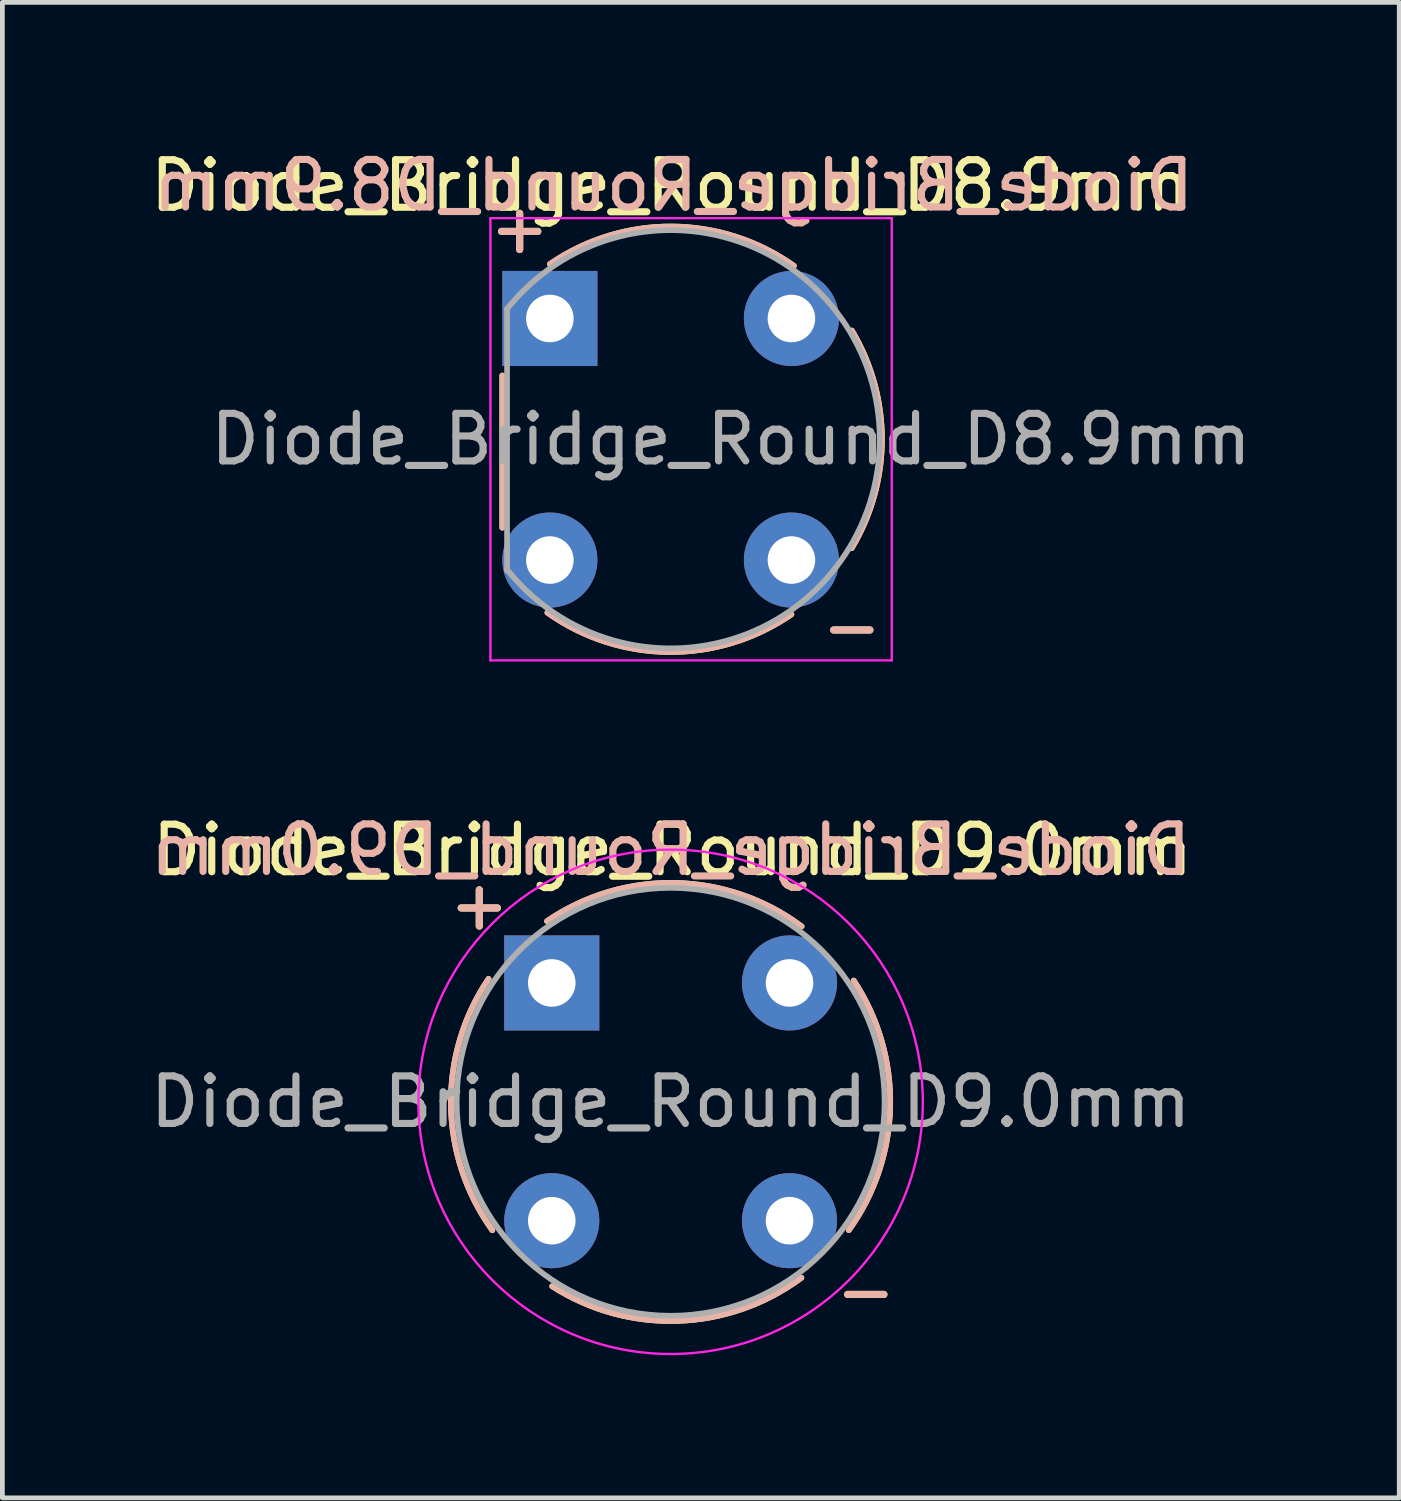
<source format=kicad_pcb>
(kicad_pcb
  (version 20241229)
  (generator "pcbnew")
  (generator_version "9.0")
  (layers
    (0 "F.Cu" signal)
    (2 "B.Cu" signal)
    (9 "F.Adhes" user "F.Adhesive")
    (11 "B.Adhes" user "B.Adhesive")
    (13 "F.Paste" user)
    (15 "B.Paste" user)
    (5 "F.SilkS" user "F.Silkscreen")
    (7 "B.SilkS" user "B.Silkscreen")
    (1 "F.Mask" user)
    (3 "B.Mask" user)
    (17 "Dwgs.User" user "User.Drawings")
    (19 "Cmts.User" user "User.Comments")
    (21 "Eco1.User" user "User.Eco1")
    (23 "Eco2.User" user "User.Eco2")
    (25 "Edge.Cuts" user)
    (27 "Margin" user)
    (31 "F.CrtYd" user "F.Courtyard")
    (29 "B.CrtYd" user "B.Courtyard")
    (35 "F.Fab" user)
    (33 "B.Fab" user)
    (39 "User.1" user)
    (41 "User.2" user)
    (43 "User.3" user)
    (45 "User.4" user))
  (footprint "Diode_Bridge_Round_D8.9mm"
    (layer "F.Cu")
    (at 8.514 3.648)
    (property "Reference" "Diode_Bridge_Round_D8.9mm" (at 2.54 -2.794 0) (layer "F.SilkS") (effects (font (size 1 1) (thickness 0.15))))
    (fp_line (start -1 1.2) (end -1 4.4) (stroke (width 0.12) (type solid)) (layer "F.SilkS"))
    (fp_arc (start 0 -1.143) (mid 2.571836 -1.933821) (end 5.132157 -1.106479) (stroke (width 0.12) (type solid)) (layer "F.SilkS"))
    (fp_arc (start 5.08 6.223) (mid 2.508164 7.013821) (end -0.052157 6.186479) (stroke (width 0.12) (type solid)) (layer "F.SilkS"))
    (fp_arc (start 6.35 0.254) (mid 6.983184 2.54281) (end 6.347105 4.830818) (stroke (width 0.12) (type solid)) (layer "F.SilkS"))
    (fp_line (start -1 1.2) (end -1 4.4) (stroke (width 0.12) (type solid)) (layer "B.SilkS"))
    (fp_arc (start 0 -1.143) (mid 2.571835 -1.933821) (end 5.132155 -1.106479) (stroke (width 0.12) (type solid)) (layer "B.SilkS"))
    (fp_arc (start 5.08 6.223) (mid 2.508165 7.013821) (end -0.052155 6.186479) (stroke (width 0.12) (type solid)) (layer "B.SilkS"))
    (fp_arc (start 6.35 0.254) (mid 6.983185 2.54281) (end 6.347106 4.830817) (stroke (width 0.12) (type solid)) (layer "B.SilkS"))
    (fp_line (start -1.25 -2.11) (end -1.25 7.19) (stroke (width 0.05) (type solid)) (layer "F.CrtYd"))
    (fp_line (start -1.25 -2.11) (end 7.19 -2.11) (stroke (width 0.05) (type solid)) (layer "F.CrtYd"))
    (fp_line (start 7.19 7.19) (end -1.25 7.19) (stroke (width 0.05) (type solid)) (layer "F.CrtYd"))
    (fp_line (start 7.19 7.19) (end 7.19 -2.11) (stroke (width 0.05) (type solid)) (layer "F.CrtYd"))
    (fp_line (start -0.9 -0.2) (end -0.9 5.3) (stroke (width 0.12) (type solid)) (layer "F.Fab"))
    (fp_arc (start -0.9 -0.2) (mid 6.937862 2.542896) (end -0.903606 5.275467) (stroke (width 0.12) (type solid)) (layer "F.Fab"))
    (fp_text user "-" (at 6.35 6.477 0) (layer "F.SilkS") (effects (font (size 1 1) (thickness 0.15))))
    (fp_text user "+" (at -0.635 -1.905 0) (layer "F.SilkS") (effects (font (size 1 1) (thickness 0.15))))
    (fp_text user "+" (at -0.635 -1.905 0) (layer "B.SilkS") (effects (font (size 1 1) (thickness 0.15)) (justify mirror)))
    (fp_text user "${REFERENCE}" (at 2.6 -2.8 0) (layer "B.SilkS") (effects (font (size 1 1) (thickness 0.15)) (justify mirror)))
    (fp_text user "-" (at 6.35 6.477 0) (layer "B.SilkS") (effects (font (size 1 1) (thickness 0.15)) (justify mirror)))
    (fp_text user "${REFERENCE}" (at 3.81 2.54 0) (layer "F.Fab") (effects (font (size 1 1) (thickness 0.15))))
    (pad "1" thru_hole rect (at 0 0) (size 2 2) (drill 1) (layers "*.Cu" "*.Mask"))
    (pad "2" thru_hole oval (at 0 5.08) (size 2 2) (drill 1) (layers "*.Cu" "*.Mask"))
    (pad "3" thru_hole oval (at 5.08 5.08) (size 2 2) (drill 1) (layers "*.Cu" "*.Mask"))
    (pad "4" thru_hole oval (at 5.08 0) (size 2 2) (drill 1) (layers "*.Cu" "*.Mask")))
  (footprint "Diode_Bridge_Round_D9.0mm"
    (layer "F.Cu")
    (at 8.554 17.622)
    (property "Reference" "Diode_Bridge_Round_D9.0mm" (at 2.54 -2.794 0) (layer "F.SilkS") (effects (font (size 1 1) (thickness 0.15))))
    (fp_arc (start -1.25 5.2) (mid -2.120355 2.569427) (end -1.329431 -0.086109) (stroke (width 0.12) (type solid)) (layer "F.SilkS"))
    (fp_arc (start -0.1 -1.3) (mid 2.595106 -2.103363) (end 5.254731 -1.189371) (stroke (width 0.12) (type solid)) (layer "F.SilkS"))
    (fp_arc (start 5.25 6.2) (mid 2.657169 7.107363) (end 0.008533 6.3788) (stroke (width 0.12) (type solid)) (layer "F.SilkS"))
    (fp_arc (start 6.35 -0.05) (mid 7.117021 2.590098) (end 6.247584 5.198261) (stroke (width 0.12) (type solid)) (layer "F.SilkS"))
    (fp_arc (start -1.25 5.2) (mid -2.120532 2.569431) (end -1.329431 -0.086107) (stroke (width 0.12) (type solid)) (layer "B.SilkS"))
    (fp_arc (start -0.1 -1.3) (mid 2.595097 -2.103005) (end 5.254728 -1.189371) (stroke (width 0.12) (type solid)) (layer "B.SilkS"))
    (fp_arc (start 5.25 6.2) (mid 2.657155 7.106922) (end 0.008535 6.378801) (stroke (width 0.12) (type solid)) (layer "B.SilkS"))
    (fp_arc (start 6.35 -0.05) (mid 7.117374 2.590104) (end 6.247584 5.19826) (stroke (width 0.12) (type solid)) (layer "B.SilkS"))
    (fp_circle (center 2.5 2.5) (end -1.3 -1.2) (stroke (width 0.05) (type solid)) (fill no) (layer "F.CrtYd"))
    (fp_arc (start -2 2.5) (mid 7 2.5) (end -2 2.5) (stroke (width 0.12) (type solid)) (layer "F.Fab"))
    (fp_text user "+" (at -1.524 -1.651 0) (layer "F.SilkS") (effects (font (size 1 1) (thickness 0.15))))
    (fp_text user "-" (at 6.604 6.477 0) (layer "F.SilkS") (effects (font (size 1 1) (thickness 0.15))))
    (fp_text user "+" (at -1.524 -1.651 0) (layer "B.SilkS") (effects (font (size 1 1) (thickness 0.15)) (justify mirror)))
    (fp_text user "-" (at 6.604 6.477 0) (layer "B.SilkS") (effects (font (size 1 1) (thickness 0.15)) (justify mirror)))
    (fp_text user "${REFERENCE}" (at 2.5 -2.8 0) (layer "B.SilkS") (effects (font (size 1 1) (thickness 0.15)) (justify mirror)))
    (fp_text user "${REFERENCE}" (at 2.5 2.5 0) (layer "F.Fab") (effects (font (size 1 1) (thickness 0.15))))
    (pad "1" thru_hole rect (at 0 0) (size 2 2) (drill 1) (layers "*.Cu" "*.Mask"))
    (pad "2" thru_hole oval (at 0 5) (size 2 2) (drill 1) (layers "*.Cu" "*.Mask"))
    (pad "3" thru_hole oval (at 5 5) (size 2 2) (drill 1) (layers "*.Cu" "*.Mask"))
    (pad "4" thru_hole oval (at 5 0) (size 2 2) (drill 1) (layers "*.Cu" "*.Mask")))
  (gr_rect
    (start -3 -3)
    (end 26.377 28.451)
    (stroke (width 0.1) (type default))
    (fill no)
    (layer "Edge.Cuts")))
</source>
